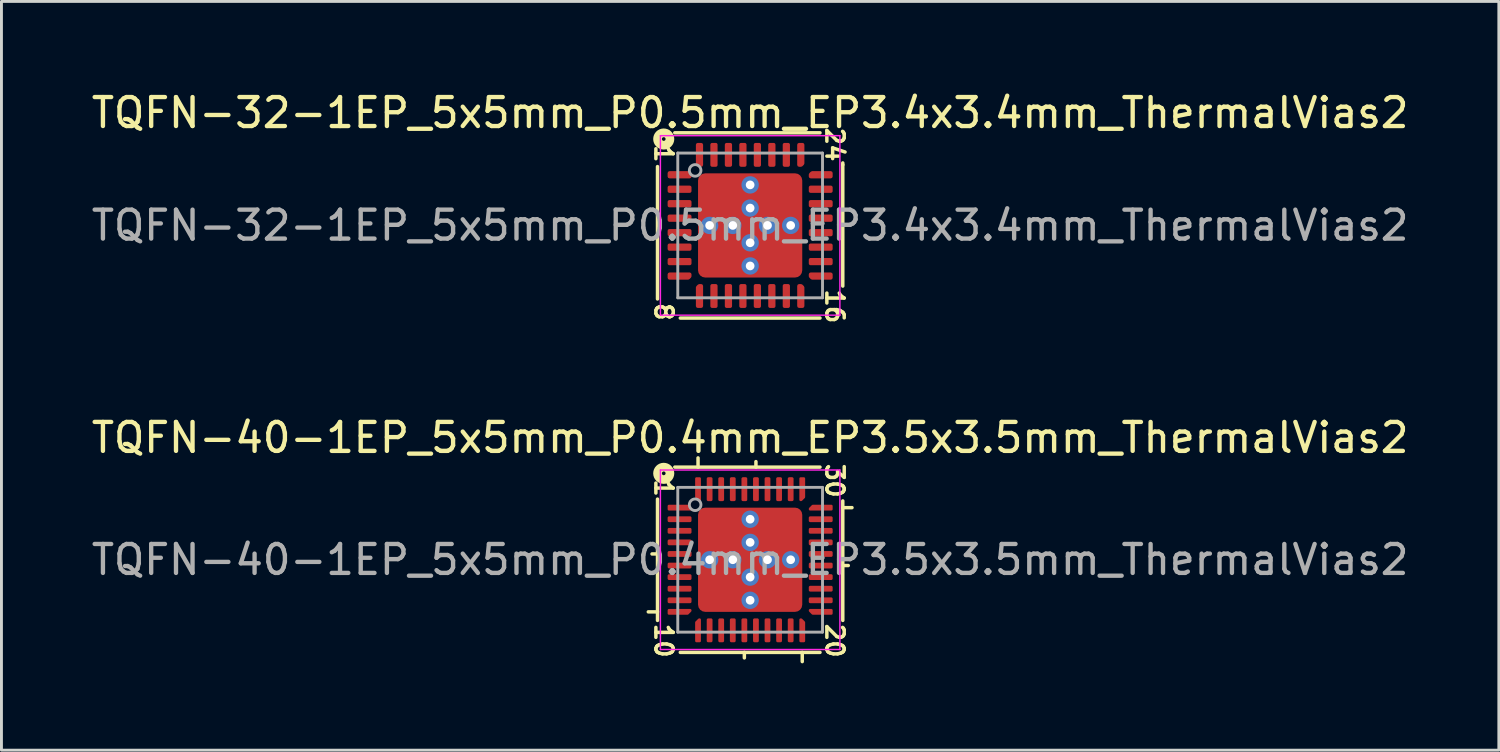
<source format=kicad_pcb>
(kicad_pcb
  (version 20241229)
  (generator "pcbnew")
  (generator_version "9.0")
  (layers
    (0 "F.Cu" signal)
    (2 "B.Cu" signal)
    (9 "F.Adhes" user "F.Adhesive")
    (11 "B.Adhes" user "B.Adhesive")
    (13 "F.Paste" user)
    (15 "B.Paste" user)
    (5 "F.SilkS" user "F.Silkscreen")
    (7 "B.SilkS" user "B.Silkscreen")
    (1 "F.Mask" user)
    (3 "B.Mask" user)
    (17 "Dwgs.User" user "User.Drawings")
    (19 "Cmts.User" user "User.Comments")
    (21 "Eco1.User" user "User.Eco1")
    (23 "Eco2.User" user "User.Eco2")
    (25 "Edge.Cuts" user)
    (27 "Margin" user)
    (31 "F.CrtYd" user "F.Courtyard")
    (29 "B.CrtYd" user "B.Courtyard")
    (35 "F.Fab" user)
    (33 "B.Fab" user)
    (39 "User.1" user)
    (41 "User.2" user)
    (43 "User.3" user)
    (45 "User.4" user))
  (footprint "TQFN-32-1EP_5x5mm_P0.5mm_EP3.4x3.4mm_ThermalVias2"
    (layer "F.Cu")
    (at 22.863 4.737)
    (property "Reference" "TQFN-32-1EP_5x5mm_P0.5mm_EP3.4x3.4mm_ThermalVias2" (at 0 -3.889 0) (layer "F.SilkS") (effects (font (size 1 1) (thickness 0.15))))
    (attr smd)
    (fp_line (start -3.2 -2.032) (end -3.2 2.54) (stroke (width 0.12) (type solid)) (layer "F.SilkS"))
    (fp_line (start -2.413 3.2) (end 2.413 3.2) (stroke (width 0.12) (type solid)) (layer "F.SilkS"))
    (fp_line (start 2.413 -3.2) (end -2.603 -3.2) (stroke (width 0.12) (type solid)) (layer "F.SilkS"))
    (fp_line (start 3.2 -2.095) (end 3.2 -2.159) (stroke (width 0.12) (type solid)) (layer "F.SilkS"))
    (fp_line (start 3.2 2.095) (end 3.2 -2.095) (stroke (width 0.12) (type solid)) (layer "F.SilkS"))
    (fp_circle (center -2.985 -2.985) (end -2.921 -2.985) (stroke (width 0.3) (type solid)) (fill no) (layer "F.SilkS"))
    (fp_line (start -3.1 -3.1) (end -3.1 3.1) (stroke (width 0.05) (type solid)) (layer "F.CrtYd"))
    (fp_line (start -3.1 3.1) (end 3.1 3.1) (stroke (width 0.05) (type solid)) (layer "F.CrtYd"))
    (fp_line (start 3.1 -3.1) (end -3.1 -3.1) (stroke (width 0.05) (type solid)) (layer "F.CrtYd"))
    (fp_line (start 3.1 3.1) (end 3.1 -3.1) (stroke (width 0.05) (type solid)) (layer "F.CrtYd"))
    (fp_line (start -2.5 -2.5) (end 2.5 -2.5) (stroke (width 0.1) (type solid)) (layer "F.Fab"))
    (fp_line (start -2.5 2.5) (end -2.5 -2.5) (stroke (width 0.1) (type solid)) (layer "F.Fab"))
    (fp_line (start 2.5 -2.5) (end 2.5 2.5) (stroke (width 0.1) (type solid)) (layer "F.Fab"))
    (fp_line (start 2.5 2.5) (end -2.5 2.5) (stroke (width 0.1) (type solid)) (layer "F.Fab"))
    (fp_circle (center -1.9 -1.9) (end -1.7 -1.9) (stroke (width 0.1) (type solid)) (fill no) (layer "F.Fab"))
    (fp_text user "24" (at 2.921 -2.794 270) (unlocked yes) (layer "F.SilkS") (effects (font (size 0.6 0.6) (thickness 0.12))))
    (fp_text user "1" (at -2.985 -2.477 270) (unlocked yes) (layer "F.SilkS") (effects (font (size 0.6 0.6) (thickness 0.12))))
    (fp_text user "8" (at -2.985 2.985 270) (unlocked yes) (layer "F.SilkS") (effects (font (size 0.6 0.6) (thickness 0.12))))
    (fp_text user "16" (at 2.921 2.794 270) (unlocked yes) (layer "F.SilkS") (effects (font (size 0.6 0.6) (thickness 0.12))))
    (fp_text user "${REFERENCE}" (at 0 0 0) (layer "F.Fab") (effects (font (size 1 1) (thickness 0.15))))
    (pad "" smd roundrect (at -1 -1) (size 1 1) (layers "F.Paste") (roundrect_rratio 0.25))
    (pad "" smd roundrect (at -1 -1 270) (size 1.4 1.4) (layers "F.Mask") (roundrect_rratio 0.179))
    (pad "" smd roundrect (at -1 1) (size 1 1) (layers "F.Paste") (roundrect_rratio 0.25))
    (pad "" smd roundrect (at -1 1 270) (size 1.4 1.4) (layers "F.Mask") (roundrect_rratio 0.179))
    (pad "" smd roundrect (at 1 -1) (size 1 1) (layers "F.Paste") (roundrect_rratio 0.25))
    (pad "" smd roundrect (at 1 -1 270) (size 1.4 1.4) (layers "F.Mask") (roundrect_rratio 0.179))
    (pad "" smd roundrect (at 1 1) (size 1 1) (layers "F.Paste") (roundrect_rratio 0.25))
    (pad "" smd roundrect (at 1 1 270) (size 1.4 1.4) (layers "F.Mask") (roundrect_rratio 0.179))
    (pad "1" smd custom (at -2.438 -1.75) (size 0.186 0.186) (layers "F.Cu" "F.Mask" "F.Paste") (options (anchor circle)) (primitives (gr_poly (pts (xy 0.35 -0.009) (xy 0.35 0.062) (xy -0.35 0.062) (xy -0.35 -0.062) (xy 0.297 -0.062)) (width 0.125) (fill yes))))
    (pad "2" smd roundrect (at -2.438 -1.25) (size 0.825 0.25) (layers "F.Cu" "F.Mask" "F.Paste") (roundrect_rratio 0.25))
    (pad "3" smd roundrect (at -2.438 -0.75) (size 0.825 0.25) (layers "F.Cu" "F.Mask" "F.Paste") (roundrect_rratio 0.25))
    (pad "4" smd roundrect (at -2.438 -0.25) (size 0.825 0.25) (layers "F.Cu" "F.Mask" "F.Paste") (roundrect_rratio 0.25))
    (pad "5" smd roundrect (at -2.438 0.25) (size 0.825 0.25) (layers "F.Cu" "F.Mask" "F.Paste") (roundrect_rratio 0.25))
    (pad "6" smd roundrect (at -2.438 0.75) (size 0.825 0.25) (layers "F.Cu" "F.Mask" "F.Paste") (roundrect_rratio 0.25))
    (pad "7" smd roundrect (at -2.438 1.25) (size 0.825 0.25) (layers "F.Cu" "F.Mask" "F.Paste") (roundrect_rratio 0.25))
    (pad "8" smd custom (at -2.438 1.75) (size 0.186 0.186) (layers "F.Cu" "F.Mask" "F.Paste") (options (anchor circle)) (primitives (gr_poly (pts (xy 0.35 0.009) (xy 0.297 0.062) (xy -0.35 0.062) (xy -0.35 -0.062) (xy 0.35 -0.062)) (width 0.125) (fill yes))))
    (pad "9" smd custom (at -1.75 2.438) (size 0.186 0.186) (layers "F.Cu" "F.Mask" "F.Paste") (options (anchor circle)) (primitives (gr_poly (pts (xy 0.062 0.35) (xy -0.062 0.35) (xy -0.062 -0.297) (xy -0.009 -0.35) (xy 0.062 -0.35)) (width 0.125) (fill yes))))
    (pad "10" smd roundrect (at -1.25 2.438) (size 0.25 0.825) (layers "F.Cu" "F.Mask" "F.Paste") (roundrect_rratio 0.25))
    (pad "11" smd roundrect (at -0.75 2.438) (size 0.25 0.825) (layers "F.Cu" "F.Mask" "F.Paste") (roundrect_rratio 0.25))
    (pad "12" smd roundrect (at -0.25 2.438) (size 0.25 0.825) (layers "F.Cu" "F.Mask" "F.Paste") (roundrect_rratio 0.25))
    (pad "13" smd roundrect (at 0.25 2.438) (size 0.25 0.825) (layers "F.Cu" "F.Mask" "F.Paste") (roundrect_rratio 0.25))
    (pad "14" smd roundrect (at 0.75 2.438) (size 0.25 0.825) (layers "F.Cu" "F.Mask" "F.Paste") (roundrect_rratio 0.25))
    (pad "15" smd roundrect (at 1.25 2.438) (size 0.25 0.825) (layers "F.Cu" "F.Mask" "F.Paste") (roundrect_rratio 0.25))
    (pad "16" smd custom (at 1.75 2.438) (size 0.186 0.186) (layers "F.Cu" "F.Mask" "F.Paste") (options (anchor circle)) (primitives (gr_poly (pts (xy 0.062 -0.297) (xy 0.062 0.35) (xy -0.062 0.35) (xy -0.062 -0.35) (xy 0.009 -0.35)) (width 0.125) (fill yes))))
    (pad "17" smd custom (at 2.438 1.75) (size 0.186 0.186) (layers "F.Cu" "F.Mask" "F.Paste") (options (anchor circle)) (primitives (gr_poly (pts (xy 0.35 0.062) (xy -0.297 0.062) (xy -0.35 0.009) (xy -0.35 -0.062) (xy 0.35 -0.062)) (width 0.125) (fill yes))))
    (pad "18" smd roundrect (at 2.438 1.25) (size 0.825 0.25) (layers "F.Cu" "F.Mask" "F.Paste") (roundrect_rratio 0.25))
    (pad "19" smd roundrect (at 2.438 0.75) (size 0.825 0.25) (layers "F.Cu" "F.Mask" "F.Paste") (roundrect_rratio 0.25))
    (pad "20" smd roundrect (at 2.438 0.25) (size 0.825 0.25) (layers "F.Cu" "F.Mask" "F.Paste") (roundrect_rratio 0.25))
    (pad "21" smd roundrect (at 2.438 -0.25) (size 0.825 0.25) (layers "F.Cu" "F.Mask" "F.Paste") (roundrect_rratio 0.25))
    (pad "22" smd roundrect (at 2.438 -0.75) (size 0.825 0.25) (layers "F.Cu" "F.Mask" "F.Paste") (roundrect_rratio 0.25))
    (pad "23" smd roundrect (at 2.438 -1.25) (size 0.825 0.25) (layers "F.Cu" "F.Mask" "F.Paste") (roundrect_rratio 0.25))
    (pad "24" smd custom (at 2.438 -1.75) (size 0.186 0.186) (layers "F.Cu" "F.Mask" "F.Paste") (options (anchor circle)) (primitives (gr_poly (pts (xy 0.35 0.062) (xy -0.35 0.062) (xy -0.35 -0.009) (xy -0.297 -0.062) (xy 0.35 -0.062)) (width 0.125) (fill yes))))
    (pad "25" smd custom (at 1.75 -2.438) (size 0.186 0.186) (layers "F.Cu" "F.Mask" "F.Paste") (options (anchor circle)) (primitives (gr_poly (pts (xy 0.062 0.297) (xy 0.009 0.35) (xy -0.062 0.35) (xy -0.062 -0.35) (xy 0.062 -0.35)) (width 0.125) (fill yes))))
    (pad "26" smd roundrect (at 1.25 -2.438) (size 0.25 0.825) (layers "F.Cu" "F.Mask" "F.Paste") (roundrect_rratio 0.25))
    (pad "27" smd roundrect (at 0.75 -2.438) (size 0.25 0.825) (layers "F.Cu" "F.Mask" "F.Paste") (roundrect_rratio 0.25))
    (pad "28" smd roundrect (at 0.25 -2.438) (size 0.25 0.825) (layers "F.Cu" "F.Mask" "F.Paste") (roundrect_rratio 0.25))
    (pad "29" smd roundrect (at -0.25 -2.438) (size 0.25 0.825) (layers "F.Cu" "F.Mask" "F.Paste") (roundrect_rratio 0.25))
    (pad "30" smd roundrect (at -0.75 -2.438) (size 0.25 0.825) (layers "F.Cu" "F.Mask" "F.Paste") (roundrect_rratio 0.25))
    (pad "31" smd roundrect (at -1.25 -2.438) (size 0.25 0.825) (layers "F.Cu" "F.Mask" "F.Paste") (roundrect_rratio 0.25))
    (pad "32" smd custom (at -1.75 -2.438) (size 0.186 0.186) (layers "F.Cu" "F.Mask" "F.Paste") (options (anchor circle)) (primitives (gr_poly (pts (xy 0.062 0.35) (xy -0.009 0.35) (xy -0.062 0.297) (xy -0.062 -0.35) (xy 0.062 -0.35)) (width 0.125) (fill yes))))
    (pad "33" thru_hole circle (at -1.4 0 180) (size 0.6 0.6) (drill 0.3) (property pad_prop_heatsink) (layers "*.Cu" "*.Mask"))
    (pad "33" thru_hole circle (at -0.6 0 180) (size 0.6 0.6) (drill 0.3) (property pad_prop_heatsink) (layers "*.Cu" "*.Mask"))
    (pad "33" thru_hole circle (at 0 -1.4 180) (size 0.6 0.6) (drill 0.3) (property pad_prop_heatsink) (layers "*.Cu" "*.Mask"))
    (pad "33" thru_hole circle (at 0 -0.6 180) (size 0.6 0.6) (drill 0.3) (property pad_prop_heatsink) (layers "*.Cu" "*.Mask"))
    (pad "33" smd roundrect (at 0 0) (size 3.6 3.6) (layers "F.Cu") (roundrect_rratio 0.069))
    (pad "33" thru_hole circle (at 0 0.6 180) (size 0.6 0.6) (drill 0.3) (property pad_prop_heatsink) (layers "*.Cu" "*.Mask"))
    (pad "33" thru_hole circle (at 0 1.4 180) (size 0.6 0.6) (drill 0.3) (property pad_prop_heatsink) (layers "*.Cu" "*.Mask"))
    (pad "33" thru_hole circle (at 0.6 0 180) (size 0.6 0.6) (drill 0.3) (property pad_prop_heatsink) (layers "*.Cu" "*.Mask"))
    (pad "33" thru_hole circle (at 1.4 0 180) (size 0.6 0.6) (drill 0.3) (property pad_prop_heatsink) (layers "*.Cu" "*.Mask")))
  (footprint "TQFN-40-1EP_5x5mm_P0.4mm_EP3.5x3.5mm_ThermalVias2"
    (layer "F.Cu")
    (at 22.863 16.286)
    (property "Reference" "TQFN-40-1EP_5x5mm_P0.4mm_EP3.5x3.5mm_ThermalVias2" (at 0 -4.216 0) (layer "F.SilkS") (effects (font (size 1 1) (thickness 0.15))))
    (attr smd)
    (fp_line (start -3.2 -2.095) (end -3.2 2.095) (stroke (width 0.12) (type solid)) (layer "F.SilkS"))
    (fp_line (start -3.2 -0.2) (end -3.39 -0.2) (stroke (width 0.12) (type solid)) (layer "F.SilkS"))
    (fp_line (start -3.2 1.8) (end -3.518 1.8) (stroke (width 0.12) (type solid)) (layer "F.SilkS"))
    (fp_line (start -2.413 3.2) (end 2.413 3.2) (stroke (width 0.12) (type solid)) (layer "F.SilkS"))
    (fp_line (start -1.8 -3.2) (end -1.8 -3.518) (stroke (width 0.12) (type solid)) (layer "F.SilkS"))
    (fp_line (start -0.2 3.2) (end -0.2 3.39) (stroke (width 0.12) (type solid)) (layer "F.SilkS"))
    (fp_line (start 0.2 -3.2) (end 0.2 -3.39) (stroke (width 0.12) (type solid)) (layer "F.SilkS"))
    (fp_line (start 1.8 3.2) (end 1.8 3.518) (stroke (width 0.12) (type solid)) (layer "F.SilkS"))
    (fp_line (start 2.413 -3.2) (end -2.603 -3.2) (stroke (width 0.12) (type solid)) (layer "F.SilkS"))
    (fp_line (start 3.2 -1.8) (end 3.518 -1.8) (stroke (width 0.12) (type solid)) (layer "F.SilkS"))
    (fp_line (start 3.2 0.2) (end 3.39 0.2) (stroke (width 0.12) (type solid)) (layer "F.SilkS"))
    (fp_line (start 3.2 2.095) (end 3.2 -2.032) (stroke (width 0.12) (type solid)) (layer "F.SilkS"))
    (fp_circle (center -2.985 -2.985) (end -2.921 -2.985) (stroke (width 0.3) (type solid)) (fill no) (layer "F.SilkS"))
    (fp_line (start -3.1 -3.1) (end -3.1 3.1) (stroke (width 0.05) (type solid)) (layer "F.CrtYd"))
    (fp_line (start -3.1 3.1) (end 3.1 3.1) (stroke (width 0.05) (type solid)) (layer "F.CrtYd"))
    (fp_line (start 3.1 -3.1) (end -3.1 -3.1) (stroke (width 0.05) (type solid)) (layer "F.CrtYd"))
    (fp_line (start 3.1 3.1) (end 3.1 -3.1) (stroke (width 0.05) (type solid)) (layer "F.CrtYd"))
    (fp_line (start -2.5 -2.5) (end 2.5 -2.5) (stroke (width 0.1) (type solid)) (layer "F.Fab"))
    (fp_line (start -2.5 2.5) (end -2.5 -2.5) (stroke (width 0.1) (type solid)) (layer "F.Fab"))
    (fp_line (start 2.5 -2.5) (end 2.5 2.5) (stroke (width 0.1) (type solid)) (layer "F.Fab"))
    (fp_line (start 2.5 2.5) (end -2.5 2.5) (stroke (width 0.1) (type solid)) (layer "F.Fab"))
    (fp_circle (center -1.9 -1.9) (end -1.7 -1.9) (stroke (width 0.1) (type solid)) (fill no) (layer "F.Fab"))
    (fp_text user "1" (at -2.985 -2.477 270) (unlocked yes) (layer "F.SilkS") (effects (font (size 0.6 0.6) (thickness 0.12))))
    (fp_text user "10" (at -2.985 2.794 270) (unlocked yes) (layer "F.SilkS") (effects (font (size 0.6 0.6) (thickness 0.12))))
    (fp_text user "20" (at 2.921 2.794 270) (unlocked yes) (layer "F.SilkS") (effects (font (size 0.6 0.6) (thickness 0.12))))
    (fp_text user "30" (at 2.921 -2.731 270) (unlocked yes) (layer "F.SilkS") (effects (font (size 0.6 0.6) (thickness 0.12))))
    (fp_text user "${REFERENCE}" (at 0 0 0) (layer "F.Fab") (effects (font (size 1 1) (thickness 0.15))))
    (pad "" smd roundrect (at -1 -1) (size 1 1) (layers "F.Paste") (roundrect_rratio 0.25))
    (pad "" smd roundrect (at -1 -1 270) (size 1.4 1.4) (layers "F.Mask") (roundrect_rratio 0.179))
    (pad "" smd roundrect (at -1 1) (size 1 1) (layers "F.Paste") (roundrect_rratio 0.25))
    (pad "" smd roundrect (at -1 1 270) (size 1.4 1.4) (layers "F.Mask") (roundrect_rratio 0.179))
    (pad "" smd roundrect (at 1 -1) (size 1 1) (layers "F.Paste") (roundrect_rratio 0.25))
    (pad "" smd roundrect (at 1 -1 270) (size 1.4 1.4) (layers "F.Mask") (roundrect_rratio 0.179))
    (pad "" smd roundrect (at 1 1) (size 1 1) (layers "F.Paste") (roundrect_rratio 0.25))
    (pad "" smd roundrect (at 1 1 270) (size 1.4 1.4) (layers "F.Mask") (roundrect_rratio 0.179))
    (pad "1" smd custom (at -2.438 -1.8) (size 0.115 0.115) (layers "F.Cu" "F.Mask" "F.Paste") (options (anchor circle)) (primitives (gr_poly (pts (xy 0.372 0.037) (xy 0.372 0.06) (xy -0.372 0.06) (xy -0.372 -0.06) (xy 0.276 -0.06)) (width 0.08) (fill yes))))
    (pad "2" smd roundrect (at -2.438 -1.4) (size 0.825 0.2) (layers "F.Cu" "F.Mask" "F.Paste") (roundrect_rratio 0.25))
    (pad "3" smd roundrect (at -2.438 -1) (size 0.825 0.2) (layers "F.Cu" "F.Mask" "F.Paste") (roundrect_rratio 0.25))
    (pad "4" smd roundrect (at -2.438 -0.6) (size 0.825 0.2) (layers "F.Cu" "F.Mask" "F.Paste") (roundrect_rratio 0.25))
    (pad "5" smd roundrect (at -2.438 -0.2) (size 0.825 0.2) (layers "F.Cu" "F.Mask" "F.Paste") (roundrect_rratio 0.25))
    (pad "6" smd roundrect (at -2.438 0.2) (size 0.825 0.2) (layers "F.Cu" "F.Mask" "F.Paste") (roundrect_rratio 0.25))
    (pad "7" smd roundrect (at -2.438 0.6) (size 0.825 0.2) (layers "F.Cu" "F.Mask" "F.Paste") (roundrect_rratio 0.25))
    (pad "8" smd roundrect (at -2.438 1) (size 0.825 0.2) (layers "F.Cu" "F.Mask" "F.Paste") (roundrect_rratio 0.25))
    (pad "9" smd roundrect (at -2.438 1.4) (size 0.825 0.2) (layers "F.Cu" "F.Mask" "F.Paste") (roundrect_rratio 0.25))
    (pad "10" smd custom (at -2.438 1.8) (size 0.115 0.115) (layers "F.Cu" "F.Mask" "F.Paste") (options (anchor circle)) (primitives (gr_poly (pts (xy 0.372 -0.037) (xy 0.276 0.06) (xy -0.372 0.06) (xy -0.372 -0.06) (xy 0.372 -0.06)) (width 0.08) (fill yes))))
    (pad "11" smd custom (at -1.8 2.438) (size 0.115 0.115) (layers "F.Cu" "F.Mask" "F.Paste") (options (anchor circle)) (primitives (gr_poly (pts (xy 0.06 0.372) (xy -0.06 0.372) (xy -0.06 -0.276) (xy 0.037 -0.372) (xy 0.06 -0.372)) (width 0.08) (fill yes))))
    (pad "12" smd roundrect (at -1.4 2.438) (size 0.2 0.825) (layers "F.Cu" "F.Mask" "F.Paste") (roundrect_rratio 0.25))
    (pad "13" smd roundrect (at -1 2.438) (size 0.2 0.825) (layers "F.Cu" "F.Mask" "F.Paste") (roundrect_rratio 0.25))
    (pad "14" smd roundrect (at -0.6 2.438) (size 0.2 0.825) (layers "F.Cu" "F.Mask" "F.Paste") (roundrect_rratio 0.25))
    (pad "15" smd roundrect (at -0.2 2.438) (size 0.2 0.825) (layers "F.Cu" "F.Mask" "F.Paste") (roundrect_rratio 0.25))
    (pad "16" smd roundrect (at 0.2 2.438) (size 0.2 0.825) (layers "F.Cu" "F.Mask" "F.Paste") (roundrect_rratio 0.25))
    (pad "17" smd roundrect (at 0.6 2.438) (size 0.2 0.825) (layers "F.Cu" "F.Mask" "F.Paste") (roundrect_rratio 0.25))
    (pad "18" smd roundrect (at 1 2.438) (size 0.2 0.825) (layers "F.Cu" "F.Mask" "F.Paste") (roundrect_rratio 0.25))
    (pad "19" smd roundrect (at 1.4 2.438) (size 0.2 0.825) (layers "F.Cu" "F.Mask" "F.Paste") (roundrect_rratio 0.25))
    (pad "20" smd custom (at 1.8 2.438) (size 0.115 0.115) (layers "F.Cu" "F.Mask" "F.Paste") (options (anchor circle)) (primitives (gr_poly (pts (xy 0.06 -0.276) (xy 0.06 0.372) (xy -0.06 0.372) (xy -0.06 -0.372) (xy -0.037 -0.372)) (width 0.08) (fill yes))))
    (pad "21" smd custom (at 2.438 1.8) (size 0.115 0.115) (layers "F.Cu" "F.Mask" "F.Paste") (options (anchor circle)) (primitives (gr_poly (pts (xy 0.372 0.06) (xy -0.276 0.06) (xy -0.372 -0.037) (xy -0.372 -0.06) (xy 0.372 -0.06)) (width 0.08) (fill yes))))
    (pad "22" smd roundrect (at 2.438 1.4) (size 0.825 0.2) (layers "F.Cu" "F.Mask" "F.Paste") (roundrect_rratio 0.25))
    (pad "23" smd roundrect (at 2.438 1) (size 0.825 0.2) (layers "F.Cu" "F.Mask" "F.Paste") (roundrect_rratio 0.25))
    (pad "24" smd roundrect (at 2.438 0.6) (size 0.825 0.2) (layers "F.Cu" "F.Mask" "F.Paste") (roundrect_rratio 0.25))
    (pad "25" smd roundrect (at 2.438 0.2) (size 0.825 0.2) (layers "F.Cu" "F.Mask" "F.Paste") (roundrect_rratio 0.25))
    (pad "26" smd roundrect (at 2.438 -0.2) (size 0.825 0.2) (layers "F.Cu" "F.Mask" "F.Paste") (roundrect_rratio 0.25))
    (pad "27" smd roundrect (at 2.438 -0.6) (size 0.825 0.2) (layers "F.Cu" "F.Mask" "F.Paste") (roundrect_rratio 0.25))
    (pad "28" smd roundrect (at 2.438 -1) (size 0.825 0.2) (layers "F.Cu" "F.Mask" "F.Paste") (roundrect_rratio 0.25))
    (pad "29" smd roundrect (at 2.438 -1.4) (size 0.825 0.2) (layers "F.Cu" "F.Mask" "F.Paste") (roundrect_rratio 0.25))
    (pad "30" smd custom (at 2.438 -1.8) (size 0.115 0.115) (layers "F.Cu" "F.Mask" "F.Paste") (options (anchor circle)) (primitives (gr_poly (pts (xy 0.372 0.06) (xy -0.372 0.06) (xy -0.372 0.037) (xy -0.276 -0.06) (xy 0.372 -0.06)) (width 0.08) (fill yes))))
    (pad "31" smd custom (at 1.8 -2.438) (size 0.115 0.115) (layers "F.Cu" "F.Mask" "F.Paste") (options (anchor circle)) (primitives (gr_poly (pts (xy 0.06 0.276) (xy -0.037 0.372) (xy -0.06 0.372) (xy -0.06 -0.372) (xy 0.06 -0.372)) (width 0.08) (fill yes))))
    (pad "32" smd roundrect (at 1.4 -2.438) (size 0.2 0.825) (layers "F.Cu" "F.Mask" "F.Paste") (roundrect_rratio 0.25))
    (pad "33" smd roundrect (at 1 -2.438) (size 0.2 0.825) (layers "F.Cu" "F.Mask" "F.Paste") (roundrect_rratio 0.25))
    (pad "34" smd roundrect (at 0.6 -2.438) (size 0.2 0.825) (layers "F.Cu" "F.Mask" "F.Paste") (roundrect_rratio 0.25))
    (pad "35" smd roundrect (at 0.2 -2.438) (size 0.2 0.825) (layers "F.Cu" "F.Mask" "F.Paste") (roundrect_rratio 0.25))
    (pad "36" smd roundrect (at -0.2 -2.438) (size 0.2 0.825) (layers "F.Cu" "F.Mask" "F.Paste") (roundrect_rratio 0.25))
    (pad "37" smd roundrect (at -0.6 -2.438) (size 0.2 0.825) (layers "F.Cu" "F.Mask" "F.Paste") (roundrect_rratio 0.25))
    (pad "38" smd roundrect (at -1 -2.438) (size 0.2 0.825) (layers "F.Cu" "F.Mask" "F.Paste") (roundrect_rratio 0.25))
    (pad "39" smd roundrect (at -1.4 -2.438) (size 0.2 0.825) (layers "F.Cu" "F.Mask" "F.Paste") (roundrect_rratio 0.25))
    (pad "40" smd custom (at -1.8 -2.438) (size 0.115 0.115) (layers "F.Cu" "F.Mask" "F.Paste") (options (anchor circle)) (primitives (gr_poly (pts (xy 0.06 0.372) (xy 0.037 0.372) (xy -0.06 0.276) (xy -0.06 -0.372) (xy 0.06 -0.372)) (width 0.08) (fill yes))))
    (pad "41" thru_hole circle (at -1.4 0 180) (size 0.6 0.6) (drill 0.3) (property pad_prop_heatsink) (layers "*.Cu" "*.Mask"))
    (pad "41" thru_hole circle (at -0.6 0 180) (size 0.6 0.6) (drill 0.3) (property pad_prop_heatsink) (layers "*.Cu" "*.Mask"))
    (pad "41" thru_hole circle (at 0 -1.4 180) (size 0.6 0.6) (drill 0.3) (property pad_prop_heatsink) (layers "*.Cu" "*.Mask"))
    (pad "41" thru_hole circle (at 0 -0.6 180) (size 0.6 0.6) (drill 0.3) (property pad_prop_heatsink) (layers "*.Cu" "*.Mask"))
    (pad "41" smd roundrect (at 0 0) (size 3.6 3.6) (layers "F.Cu") (roundrect_rratio 0.069))
    (pad "41" thru_hole circle (at 0 0.6 180) (size 0.6 0.6) (drill 0.3) (property pad_prop_heatsink) (layers "*.Cu" "*.Mask"))
    (pad "41" thru_hole circle (at 0 1.4 180) (size 0.6 0.6) (drill 0.3) (property pad_prop_heatsink) (layers "*.Cu" "*.Mask"))
    (pad "41" thru_hole circle (at 0.6 0 180) (size 0.6 0.6) (drill 0.3) (property pad_prop_heatsink) (layers "*.Cu" "*.Mask"))
    (pad "41" thru_hole circle (at 1.4 0 180) (size 0.6 0.6) (drill 0.3) (property pad_prop_heatsink) (layers "*.Cu" "*.Mask")))
  (gr_rect
    (start -3 -3)
    (end 48.726 22.864)
    (stroke (width 0.1) (type default))
    (fill no)
    (layer "Edge.Cuts")))
</source>
